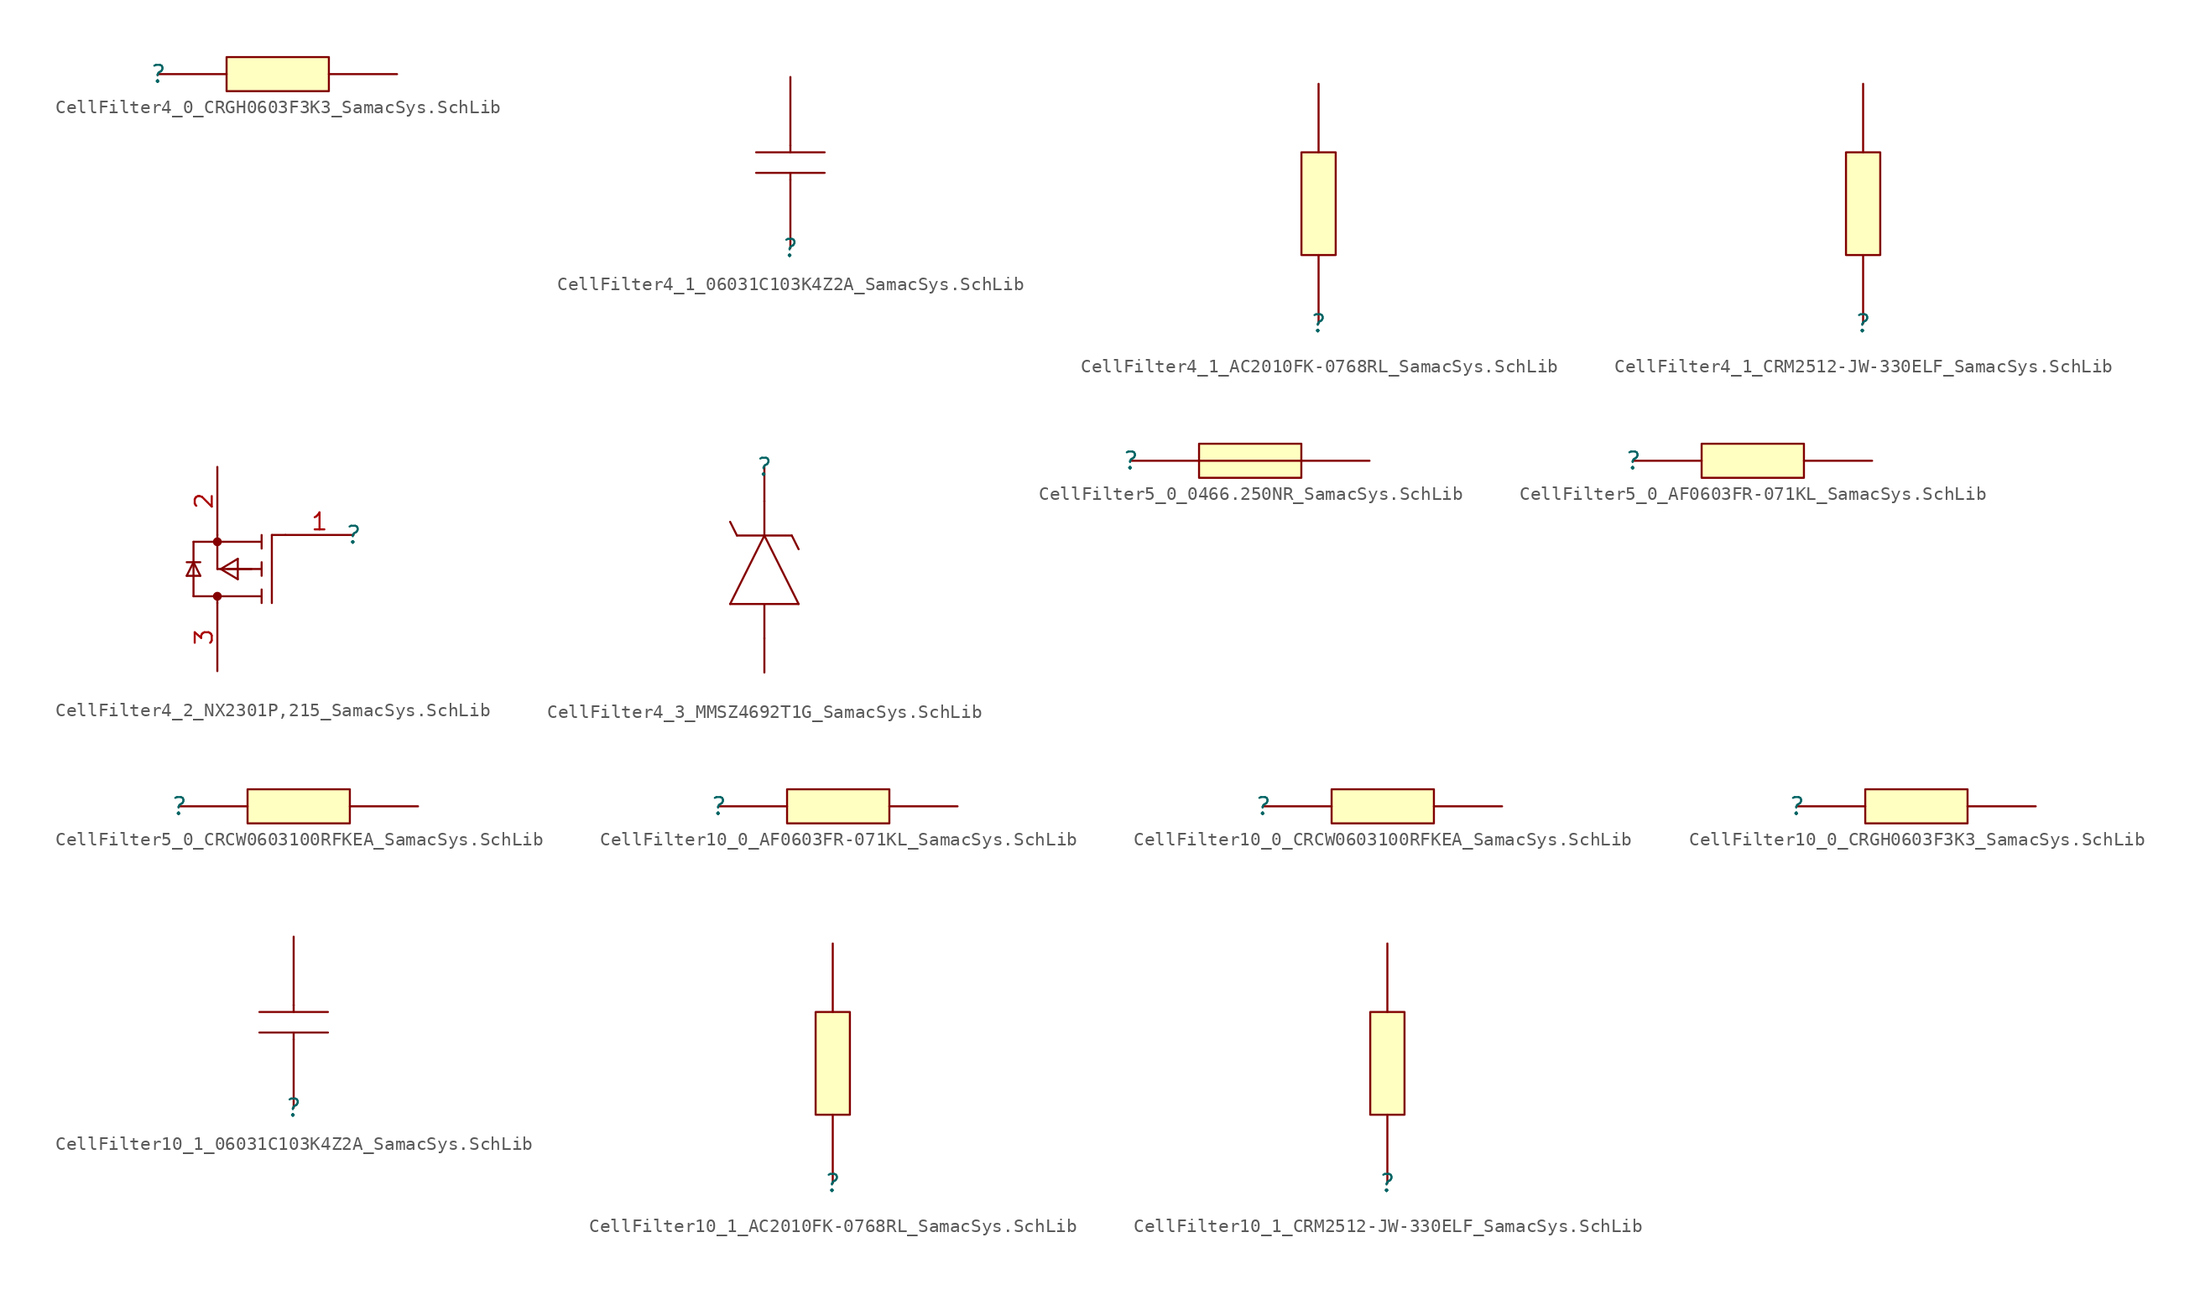
<source format=kicad_sym>
(kicad_symbol_lib
  (version 20241209)
  (generator "kicad_symbol_editor")
  (generator_version "9.0")
  (symbol "CellFilter4_0_CRGH0603F3K3_SamacSys.SchLib"
    (pin_numbers
      (hide yes))
    (pin_names
      (hide yes))
    (property "Reference" ""
      (at 0 0 0)
      (effects (font (size 1.27 1.27))))
    (property "Value" ""
      (at 0 0 0)
      (effects (font (size 1.27 1.27))))
    (symbol "CellFilter4_0_CRGH0603F3K3_SamacSys.SchLib_1_0"
      (rectangle (start 12.7 1.27) (end 5.08 -1.27) (stroke (width 0) (type solid) (color 128 0 0 1)) (fill (type background)))
      (pin passive line (at 0 0 0) (length 5.08) (name "1" (effects (font (size 1.27 1.27)))) (number "1" (effects (font (size 1.27 1.27)))))
      (pin passive line (at 17.78 0 180) (length 5.08) (name "2" (effects (font (size 1.27 1.27)))) (number "2" (effects (font (size 1.27 1.27)))))))
  (symbol "CellFilter4_1_06031C103K4Z2A_SamacSys.SchLib"
    (pin_numbers
      (hide yes))
    (pin_names
      (hide yes))
    (property "Reference" ""
      (at 0 0 0)
      (effects (font (size 1.27 1.27))))
    (property "Value" ""
      (at 0 0 0)
      (effects (font (size 1.27 1.27))))
    (symbol "CellFilter4_1_06031C103K4Z2A_SamacSys.SchLib_1_0"
      (polyline (pts (xy -2.54 7.112) (xy 2.54 7.112)) (stroke (width 0) (type solid)) (fill (type none)))
      (polyline (pts (xy -2.54 5.588) (xy 2.54 5.588)) (stroke (width 0) (type solid)) (fill (type none)))
      (polyline (pts (xy 0 7.112) (xy 0 7.62)) (stroke (width 0) (type solid)) (fill (type none)))
      (polyline (pts (xy 0 5.08) (xy 0 5.588)) (stroke (width 0) (type solid)) (fill (type none)))
      (pin passive line (at 0 12.7 270) (length 5.08) (name "2" (effects (font (size 1.27 1.27)))) (number "2" (effects (font (size 1.27 1.27)))))
      (pin passive line (at 0 0 90) (length 5.08) (name "1" (effects (font (size 1.27 1.27)))) (number "1" (effects (font (size 1.27 1.27)))))))
  (symbol "CellFilter4_1_AC2010FK-0768RL_SamacSys.SchLib"
    (pin_numbers
      (hide yes))
    (pin_names
      (hide yes))
    (property "Reference" ""
      (at 0 0 0)
      (effects (font (size 1.27 1.27))))
    (property "Value" ""
      (at 0 0 0)
      (effects (font (size 1.27 1.27))))
    (symbol "CellFilter4_1_AC2010FK-0768RL_SamacSys.SchLib_1_0"
      (rectangle (start 1.27 12.7) (end -1.27 5.08) (stroke (width 0) (type solid) (color 128 0 0 1)) (fill (type background)))
      (pin passive line (at 0 17.78 270) (length 5.08) (name "2" (effects (font (size 1.27 1.27)))) (number "2" (effects (font (size 1.27 1.27)))))
      (pin passive line (at 0 0 90) (length 5.08) (name "1" (effects (font (size 1.27 1.27)))) (number "1" (effects (font (size 1.27 1.27)))))))
  (symbol "CellFilter4_1_CRM2512-JW-330ELF_SamacSys.SchLib"
    (pin_numbers
      (hide yes))
    (pin_names
      (hide yes))
    (property "Reference" ""
      (at 0 0 0)
      (effects (font (size 1.27 1.27))))
    (property "Value" ""
      (at 0 0 0)
      (effects (font (size 1.27 1.27))))
    (symbol "CellFilter4_1_CRM2512-JW-330ELF_SamacSys.SchLib_1_0"
      (rectangle (start 1.27 12.7) (end -1.27 5.08) (stroke (width 0) (type solid) (color 128 0 0 1)) (fill (type background)))
      (pin passive line (at 0 17.78 270) (length 5.08) (name "2" (effects (font (size 1.27 1.27)))) (number "2" (effects (font (size 1.27 1.27)))))
      (pin passive line (at 0 0 90) (length 5.08) (name "1" (effects (font (size 1.27 1.27)))) (number "1" (effects (font (size 1.27 1.27)))))))
  (symbol "CellFilter4_2_NX2301P,215_SamacSys.SchLib"
    (pin_names
      (hide yes))
    (property "Reference" ""
      (at 0 0 0)
      (effects (font (size 1.27 1.27))))
    (property "Value" ""
      (at 0 0 0)
      (effects (font (size 1.27 1.27))))
    (symbol "CellFilter4_2_NX2301P,215_SamacSys.SchLib_1_0"
      (polyline (pts (xy -12.446 -3.048) (xy -11.43 -3.048)) (stroke (width 0) (type solid)) (fill (type none)))
      (polyline (pts (xy -11.938 -2.032) (xy -12.446 -2.032)) (stroke (width 0) (type solid)) (fill (type none)))
      (polyline (pts (xy -11.938 -2.032) (xy -12.446 -3.048)) (stroke (width 0) (type solid)) (fill (type none)))
      (polyline (pts (xy -11.938 -2.032) (xy -11.43 -2.032)) (stroke (width 0) (type solid)) (fill (type none)))
      (polyline (pts (xy -11.938 -4.572) (xy -11.938 -0.508)) (stroke (width 0) (type solid)) (fill (type none)))
      (polyline (pts (xy -11.938 -4.572) (xy -10.16 -4.572)) (stroke (width 0) (type solid)) (fill (type none)))
      (polyline (pts (xy -11.43 -3.048) (xy -11.938 -2.032)) (stroke (width 0) (type solid)) (fill (type none)))
      (circle (center -10.16 -0.508) (radius 0.254) (stroke (width 0) (type solid)) (fill (type outline)))
      (polyline (pts (xy -10.16 -0.508) (xy -11.938 -0.508)) (stroke (width 0) (type solid)) (fill (type none)))
      (polyline (pts (xy -10.16 -2.54) (xy -10.16 0)) (stroke (width 0) (type solid)) (fill (type none)))
      (polyline (pts (xy -10.16 -2.54) (xy -7.62 -2.54)) (stroke (width 0) (type solid)) (fill (type none)))
      (circle (center -10.16 -4.572) (radius 0.254) (stroke (width 0) (type solid)) (fill (type outline)))
      (polyline (pts (xy -10.16 -4.572) (xy -10.16 -5.08)) (stroke (width 0) (type solid)) (fill (type none)))
      (polyline (pts (xy -9.906 -2.54) (xy -8.636 -1.778)) (stroke (width 0) (type solid)) (fill (type none)))
      (polyline (pts (xy -9.906 -2.54) (xy -8.636 -3.302)) (stroke (width 0) (type solid)) (fill (type none)))
      (polyline (pts (xy -9.398 -2.54) (xy -6.858 -2.54)) (stroke (width 0) (type solid)) (fill (type none)))
      (polyline (pts (xy -8.636 -1.778) (xy -8.636 -3.302)) (stroke (width 0) (type solid)) (fill (type none)))
      (polyline (pts (xy -6.858 -0.508) (xy -10.16 -0.508)) (stroke (width 0) (type solid)) (fill (type none)))
      (polyline (pts (xy -6.858 -1.016) (xy -6.858 0)) (stroke (width 0) (type solid)) (fill (type none)))
      (polyline (pts (xy -6.858 -3.048) (xy -6.858 -2.032)) (stroke (width 0) (type solid)) (fill (type none)))
      (polyline (pts (xy -6.858 -4.064) (xy -6.858 -5.08)) (stroke (width 0) (type solid)) (fill (type none)))
      (polyline (pts (xy -6.858 -4.572) (xy -10.16 -4.572)) (stroke (width 0) (type solid)) (fill (type none)))
      (polyline (pts (xy -6.096 0) (xy -6.096 -5.08)) (stroke (width 0) (type solid)) (fill (type none)))
      (polyline (pts (xy -6.096 0) (xy -5.08 0)) (stroke (width 0) (type solid)) (fill (type none)))
      (pin passive line (at -10.16 5.08 270) (length 5.08) (name "S" (effects (font (size 1.27 1.27)))) (number "2" (effects (font (size 1.27 1.27)))))
      (pin passive line (at -10.16 -10.16 90) (length 5.08) (name "D" (effects (font (size 1.27 1.27)))) (number "3" (effects (font (size 1.27 1.27)))))
      (pin passive line (at 0 0 180) (length 5.08) (name "G" (effects (font (size 1.27 1.27)))) (number "1" (effects (font (size 1.27 1.27)))))))
  (symbol "CellFilter4_3_MMSZ4692T1G_SamacSys.SchLib"
    (pin_numbers
      (hide yes))
    (pin_names
      (hide yes))
    (property "Reference" ""
      (at 0 0 0)
      (effects (font (size 1.27 1.27))))
    (property "Value" ""
      (at 0 0 0)
      (effects (font (size 1.27 1.27))))
    (symbol "CellFilter4_3_MMSZ4692T1G_SamacSys.SchLib_1_0"
      (polyline (pts (xy -2.54 -4.064) (xy -2.032 -5.08)) (stroke (width 0) (type solid)) (fill (type none)))
      (polyline (pts (xy -2.54 -10.16) (xy 0 -5.08)) (stroke (width 0) (type solid)) (fill (type none)))
      (polyline (pts (xy 0 -2.54) (xy 0 -5.08)) (stroke (width 0) (type solid)) (fill (type none)))
      (polyline (pts (xy 0 -5.08) (xy 2.54 -10.16)) (stroke (width 0) (type solid)) (fill (type none)))
      (polyline (pts (xy 0 -12.7) (xy 0 -10.16)) (stroke (width 0) (type solid)) (fill (type none)))
      (polyline (pts (xy 2.032 -5.08) (xy -2.032 -5.08)) (stroke (width 0) (type solid)) (fill (type none)))
      (polyline (pts (xy 2.032 -5.08) (xy 2.54 -6.096)) (stroke (width 0) (type solid)) (fill (type none)))
      (polyline (pts (xy 2.54 -10.16) (xy -2.54 -10.16)) (stroke (width 0) (type solid)) (fill (type none)))
      (pin passive line (at 0 0 270) (length 2.54) (name "K" (effects (font (size 1.27 1.27)))) (number "1" (effects (font (size 1.27 1.27)))))
      (pin passive line (at 0 -15.24 90) (length 2.54) (name "A" (effects (font (size 1.27 1.27)))) (number "2" (effects (font (size 1.27 1.27)))))))
  (symbol "CellFilter5_0_0466.250NR_SamacSys.SchLib"
    (pin_numbers
      (hide yes))
    (pin_names
      (hide yes))
    (property "Reference" ""
      (at 0 0 0)
      (effects (font (size 1.27 1.27))))
    (property "Value" ""
      (at 0 0 0)
      (effects (font (size 1.27 1.27))))
    (symbol "CellFilter5_0_0466.250NR_SamacSys.SchLib_1_0"
      (polyline (pts (xy 5.08 0) (xy 12.7 0)) (stroke (width 0) (type solid)) (fill (type none)))
      (rectangle (start 12.7 1.27) (end 5.08 -1.27) (stroke (width 0) (type solid) (color 128 0 0 1)) (fill (type background)))
      (pin passive line (at 0 0 0) (length 5.08) (name "1" (effects (font (size 1.27 1.27)))) (number "1" (effects (font (size 1.27 1.27)))))
      (pin passive line (at 17.78 0 180) (length 5.08) (name "2" (effects (font (size 1.27 1.27)))) (number "2" (effects (font (size 1.27 1.27)))))))
  (symbol "CellFilter5_0_AF0603FR-071KL_SamacSys.SchLib"
    (pin_numbers
      (hide yes))
    (pin_names
      (hide yes))
    (property "Reference" ""
      (at 0 0 0)
      (effects (font (size 1.27 1.27))))
    (property "Value" ""
      (at 0 0 0)
      (effects (font (size 1.27 1.27))))
    (symbol "CellFilter5_0_AF0603FR-071KL_SamacSys.SchLib_1_0"
      (rectangle (start 12.7 1.27) (end 5.08 -1.27) (stroke (width 0) (type solid) (color 128 0 0 1)) (fill (type background)))
      (pin passive line (at 0 0 0) (length 5.08) (name "1" (effects (font (size 1.27 1.27)))) (number "1" (effects (font (size 1.27 1.27)))))
      (pin passive line (at 17.78 0 180) (length 5.08) (name "2" (effects (font (size 1.27 1.27)))) (number "2" (effects (font (size 1.27 1.27)))))))
  (symbol "CellFilter5_0_CRCW0603100RFKEA_SamacSys.SchLib"
    (pin_numbers
      (hide yes))
    (pin_names
      (hide yes))
    (property "Reference" ""
      (at 0 0 0)
      (effects (font (size 1.27 1.27))))
    (property "Value" ""
      (at 0 0 0)
      (effects (font (size 1.27 1.27))))
    (symbol "CellFilter5_0_CRCW0603100RFKEA_SamacSys.SchLib_1_0"
      (rectangle (start 12.7 1.27) (end 5.08 -1.27) (stroke (width 0) (type solid) (color 128 0 0 1)) (fill (type background)))
      (pin passive line (at 0 0 0) (length 5.08) (name "1" (effects (font (size 1.27 1.27)))) (number "1" (effects (font (size 1.27 1.27)))))
      (pin passive line (at 17.78 0 180) (length 5.08) (name "2" (effects (font (size 1.27 1.27)))) (number "2" (effects (font (size 1.27 1.27)))))))
  (symbol "CellFilter10_0_AF0603FR-071KL_SamacSys.SchLib"
    (pin_numbers
      (hide yes))
    (pin_names
      (hide yes))
    (property "Reference" ""
      (at 0 0 0)
      (effects (font (size 1.27 1.27))))
    (property "Value" ""
      (at 0 0 0)
      (effects (font (size 1.27 1.27))))
    (symbol "CellFilter10_0_AF0603FR-071KL_SamacSys.SchLib_1_0"
      (rectangle (start 12.7 1.27) (end 5.08 -1.27) (stroke (width 0) (type solid) (color 128 0 0 1)) (fill (type background)))
      (pin passive line (at 0 0 0) (length 5.08) (name "1" (effects (font (size 1.27 1.27)))) (number "1" (effects (font (size 1.27 1.27)))))
      (pin passive line (at 17.78 0 180) (length 5.08) (name "2" (effects (font (size 1.27 1.27)))) (number "2" (effects (font (size 1.27 1.27)))))))
  (symbol "CellFilter10_0_CRCW0603100RFKEA_SamacSys.SchLib"
    (pin_numbers
      (hide yes))
    (pin_names
      (hide yes))
    (property "Reference" ""
      (at 0 0 0)
      (effects (font (size 1.27 1.27))))
    (property "Value" ""
      (at 0 0 0)
      (effects (font (size 1.27 1.27))))
    (symbol "CellFilter10_0_CRCW0603100RFKEA_SamacSys.SchLib_1_0"
      (rectangle (start 12.7 1.27) (end 5.08 -1.27) (stroke (width 0) (type solid) (color 128 0 0 1)) (fill (type background)))
      (pin passive line (at 0 0 0) (length 5.08) (name "1" (effects (font (size 1.27 1.27)))) (number "1" (effects (font (size 1.27 1.27)))))
      (pin passive line (at 17.78 0 180) (length 5.08) (name "2" (effects (font (size 1.27 1.27)))) (number "2" (effects (font (size 1.27 1.27)))))))
  (symbol "CellFilter10_0_CRGH0603F3K3_SamacSys.SchLib"
    (pin_numbers
      (hide yes))
    (pin_names
      (hide yes))
    (property "Reference" ""
      (at 0 0 0)
      (effects (font (size 1.27 1.27))))
    (property "Value" ""
      (at 0 0 0)
      (effects (font (size 1.27 1.27))))
    (symbol "CellFilter10_0_CRGH0603F3K3_SamacSys.SchLib_1_0"
      (rectangle (start 12.7 1.27) (end 5.08 -1.27) (stroke (width 0) (type solid) (color 128 0 0 1)) (fill (type background)))
      (pin passive line (at 0 0 0) (length 5.08) (name "1" (effects (font (size 1.27 1.27)))) (number "1" (effects (font (size 1.27 1.27)))))
      (pin passive line (at 17.78 0 180) (length 5.08) (name "2" (effects (font (size 1.27 1.27)))) (number "2" (effects (font (size 1.27 1.27)))))))
  (symbol "CellFilter10_1_06031C103K4Z2A_SamacSys.SchLib"
    (pin_numbers
      (hide yes))
    (pin_names
      (hide yes))
    (property "Reference" ""
      (at 0 0 0)
      (effects (font (size 1.27 1.27))))
    (property "Value" ""
      (at 0 0 0)
      (effects (font (size 1.27 1.27))))
    (symbol "CellFilter10_1_06031C103K4Z2A_SamacSys.SchLib_1_0"
      (polyline (pts (xy -2.54 7.112) (xy 2.54 7.112)) (stroke (width 0) (type solid)) (fill (type none)))
      (polyline (pts (xy -2.54 5.588) (xy 2.54 5.588)) (stroke (width 0) (type solid)) (fill (type none)))
      (polyline (pts (xy 0 7.112) (xy 0 7.62)) (stroke (width 0) (type solid)) (fill (type none)))
      (polyline (pts (xy 0 5.08) (xy 0 5.588)) (stroke (width 0) (type solid)) (fill (type none)))
      (pin passive line (at 0 12.7 270) (length 5.08) (name "2" (effects (font (size 1.27 1.27)))) (number "2" (effects (font (size 1.27 1.27)))))
      (pin passive line (at 0 0 90) (length 5.08) (name "1" (effects (font (size 1.27 1.27)))) (number "1" (effects (font (size 1.27 1.27)))))))
  (symbol "CellFilter10_1_AC2010FK-0768RL_SamacSys.SchLib"
    (pin_numbers
      (hide yes))
    (pin_names
      (hide yes))
    (property "Reference" ""
      (at 0 0 0)
      (effects (font (size 1.27 1.27))))
    (property "Value" ""
      (at 0 0 0)
      (effects (font (size 1.27 1.27))))
    (symbol "CellFilter10_1_AC2010FK-0768RL_SamacSys.SchLib_1_0"
      (rectangle (start 1.27 12.7) (end -1.27 5.08) (stroke (width 0) (type solid) (color 128 0 0 1)) (fill (type background)))
      (pin passive line (at 0 17.78 270) (length 5.08) (name "2" (effects (font (size 1.27 1.27)))) (number "2" (effects (font (size 1.27 1.27)))))
      (pin passive line (at 0 0 90) (length 5.08) (name "1" (effects (font (size 1.27 1.27)))) (number "1" (effects (font (size 1.27 1.27)))))))
  (symbol "CellFilter10_1_CRM2512-JW-330ELF_SamacSys.SchLib"
    (pin_numbers
      (hide yes))
    (pin_names
      (hide yes))
    (property "Reference" ""
      (at 0 0 0)
      (effects (font (size 1.27 1.27))))
    (property "Value" ""
      (at 0 0 0)
      (effects (font (size 1.27 1.27))))
    (symbol "CellFilter10_1_CRM2512-JW-330ELF_SamacSys.SchLib_1_0"
      (rectangle (start 1.27 12.7) (end -1.27 5.08) (stroke (width 0) (type solid) (color 128 0 0 1)) (fill (type background)))
      (pin passive line (at 0 17.78 270) (length 5.08) (name "2" (effects (font (size 1.27 1.27)))) (number "2" (effects (font (size 1.27 1.27)))))
      (pin passive line (at 0 0 90) (length 5.08) (name "1" (effects (font (size 1.27 1.27)))) (number "1" (effects (font (size 1.27 1.27))))))))
</source>
